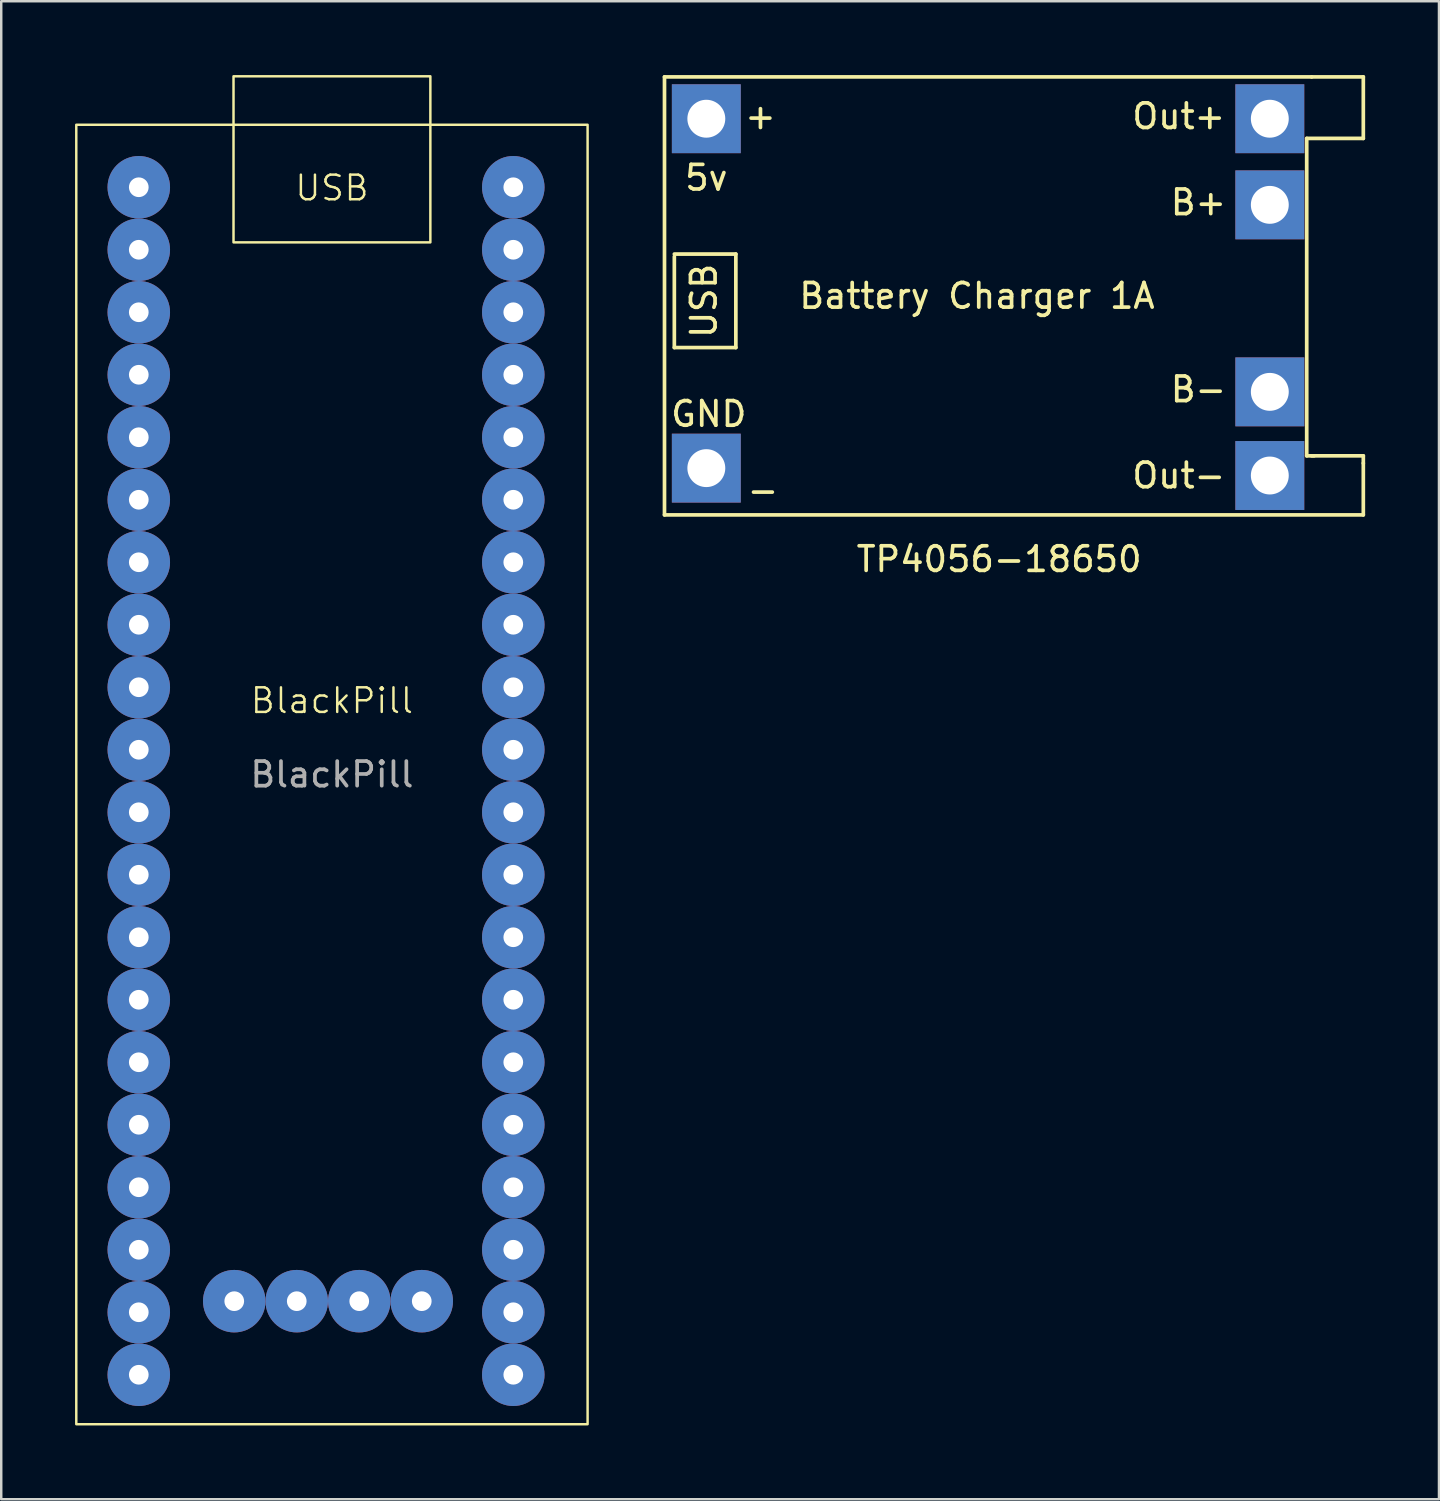
<source format=kicad_pcb>
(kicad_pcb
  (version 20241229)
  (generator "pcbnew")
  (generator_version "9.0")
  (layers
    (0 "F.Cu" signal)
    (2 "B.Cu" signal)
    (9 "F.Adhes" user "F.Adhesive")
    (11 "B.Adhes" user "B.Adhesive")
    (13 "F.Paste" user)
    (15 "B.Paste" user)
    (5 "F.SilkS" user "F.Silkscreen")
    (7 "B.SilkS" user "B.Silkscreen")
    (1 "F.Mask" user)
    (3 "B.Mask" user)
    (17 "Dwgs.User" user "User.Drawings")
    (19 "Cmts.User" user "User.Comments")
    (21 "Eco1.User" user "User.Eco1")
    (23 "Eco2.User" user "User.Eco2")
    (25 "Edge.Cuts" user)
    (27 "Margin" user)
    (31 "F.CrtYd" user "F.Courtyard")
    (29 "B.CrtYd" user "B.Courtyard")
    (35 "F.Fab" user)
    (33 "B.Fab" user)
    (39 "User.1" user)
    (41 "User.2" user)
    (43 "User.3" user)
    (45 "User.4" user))
  (footprint "TP4056-18650"
    (layer "F.Cu")
    (at 37.655 9.375)
    (property "Reference" "TP4056-18650" (at -0.1 10.3 0) (layer "F.SilkS") (effects (font (size 1 1) (thickness 0.15))))
    (attr through_hole)
    (fp_line (start -13.7 -9.3) (end 12.6 -9.3) (stroke (width 0.15) (type solid)) (layer "F.SilkS"))
    (fp_line (start -13.7 8.5) (end -13.7 -9.3) (stroke (width 0.15) (type solid)) (layer "F.SilkS"))
    (fp_line (start -13.3 -2.1) (end -10.8 -2.1) (stroke (width 0.15) (type solid)) (layer "F.SilkS"))
    (fp_line (start -13.3 1.7) (end -13.3 -2) (stroke (width 0.15) (type solid)) (layer "F.SilkS"))
    (fp_line (start -10.8 -2.1) (end -10.8 1.7) (stroke (width 0.15) (type solid)) (layer "F.SilkS"))
    (fp_line (start -10.8 1.7) (end -13.3 1.7) (stroke (width 0.15) (type solid)) (layer "F.SilkS"))
    (fp_line (start 12.4 -6.8) (end 12.4 6.1) (stroke (width 0.15) (type solid)) (layer "F.SilkS"))
    (fp_line (start 12.4 6.1) (end 12.7 6.1) (stroke (width 0.15) (type solid)) (layer "F.SilkS"))
    (fp_line (start 12.6 -9.3) (end 14.7 -9.3) (stroke (width 0.15) (type solid)) (layer "F.SilkS"))
    (fp_line (start 12.6 6.1) (end 14.7 6.1) (stroke (width 0.15) (type solid)) (layer "F.SilkS"))
    (fp_line (start 14.7 -9.3) (end 14.7 -6.8) (stroke (width 0.15) (type solid)) (layer "F.SilkS"))
    (fp_line (start 14.7 -6.8) (end 12.4 -6.8) (stroke (width 0.15) (type solid)) (layer "F.SilkS"))
    (fp_line (start 14.7 6.1) (end 14.7 6.4) (stroke (width 0.15) (type solid)) (layer "F.SilkS"))
    (fp_line (start 14.7 6.4) (end 14.7 8.5) (stroke (width 0.15) (type solid)) (layer "F.SilkS"))
    (fp_line (start 14.7 8.5) (end -13.7 8.5) (stroke (width 0.15) (type solid)) (layer "F.SilkS"))
    (fp_text user "USB" (at -12.1 -0.2 90) (layer "F.SilkS") (effects (font (size 1 1) (thickness 0.15))))
    (fp_text user "Out+" (at 7.2 -7.7 0) (layer "F.SilkS") (effects (font (size 1 1) (thickness 0.15))))
    (fp_text user "B+" (at 8 -4.2 0) (layer "F.SilkS") (effects (font (size 1 1) (thickness 0.15))))
    (fp_text user "+" (at -9.8 -7.7 0) (layer "F.SilkS") (effects (font (size 1 1) (thickness 0.15))))
    (fp_text user "Out-" (at 7.2 6.9 0) (layer "F.SilkS") (effects (font (size 1 1) (thickness 0.15))))
    (fp_text user "-" (at -9.7 7.5 0) (layer "F.SilkS") (effects (font (size 1 1) (thickness 0.15))))
    (fp_text user "5v" (at -12 -5.2 0) (layer "F.SilkS") (effects (font (size 1 1) (thickness 0.15))))
    (fp_text user "B-" (at 8 3.4 0) (layer "F.SilkS") (effects (font (size 1 1) (thickness 0.15))))
    (fp_text user "Battery Charger 1A" (at -1 -0.4 0) (layer "F.SilkS") (effects (font (size 1 1) (thickness 0.15))))
    (fp_text user "GND" (at -11.9 4.4 0) (layer "F.SilkS") (effects (font (size 1 1) (thickness 0.15))))
    (pad "1" thru_hole rect (at -12 -7.6) (size 2.8 2.8) (drill 1.54) (layers "*.Cu" "*.Mask"))
    (pad "2" thru_hole rect (at -12 6.6) (size 2.8 2.8) (drill 1.54) (layers "*.Cu" "*.Mask"))
    (pad "3" thru_hole rect (at 10.9 -7.6) (size 2.8 2.8) (drill 1.54) (layers "*.Cu" "*.Mask"))
    (pad "4" thru_hole rect (at 10.9 6.9) (size 2.8 2.8) (drill 1.54) (layers "*.Cu" "*.Mask"))
    (pad "5" thru_hole rect (at 10.9 -4.1) (size 2.8 2.8) (drill 1.54) (layers "*.Cu" "*.Mask"))
    (pad "6" thru_hole rect (at 10.9 3.5) (size 2.8 2.8) (drill 1.54) (layers "*.Cu" "*.Mask")))
  (footprint "BlackPill"
    (layer "F.Cu")
    (at 10.44 28.425)
    (property "Reference" "BlackPill" (at 0 -3 0) (unlocked yes) (layer "F.SilkS") (effects (font (size 1 1) (thickness 0.1))))
    (attr through_hole)
    (fp_rect (start -10.39 -26.405) (end 10.39 26.405) (stroke (width 0.1) (type solid)) (fill no) (layer "F.SilkS"))
    (fp_rect (start -4 -28.375) (end 4 -21.625) (stroke (width 0.1) (type default)) (fill no) (layer "F.SilkS"))
    (fp_text user "USB" (at 0 -23.25 0) (unlocked yes) (layer "F.SilkS") (effects (font (size 1 1) (thickness 0.1)) (justify bottom)))
    (fp_text user "${REFERENCE}" (at 0 0 0) (unlocked yes) (layer "F.Fab") (effects (font (size 1 1) (thickness 0.15))))
    (pad "1" thru_hole circle (at -7.85 -23.865) (size 2.54 2.54) (drill 0.8) (layers "*.Cu" "*.Mask"))
    (pad "2" thru_hole circle (at -7.85 -21.325) (size 2.54 2.54) (drill 0.8) (layers "*.Cu" "*.Mask"))
    (pad "3" thru_hole circle (at -7.85 -18.785) (size 2.54 2.54) (drill 0.8) (layers "*.Cu" "*.Mask"))
    (pad "4" thru_hole circle (at -7.85 -16.245) (size 2.54 2.54) (drill 0.8) (layers "*.Cu" "*.Mask"))
    (pad "5" thru_hole circle (at -7.85 -13.705) (size 2.54 2.54) (drill 0.8) (layers "*.Cu" "*.Mask"))
    (pad "6" thru_hole circle (at -7.85 -11.165) (size 2.54 2.54) (drill 0.8) (layers "*.Cu" "*.Mask"))
    (pad "7" thru_hole circle (at -7.85 -8.625) (size 2.54 2.54) (drill 0.8) (layers "*.Cu" "*.Mask"))
    (pad "8" thru_hole circle (at -7.85 -6.085) (size 2.54 2.54) (drill 0.8) (layers "*.Cu" "*.Mask"))
    (pad "9" thru_hole circle (at -7.85 -3.545) (size 2.54 2.54) (drill 0.8) (layers "*.Cu" "*.Mask"))
    (pad "10" thru_hole circle (at -7.85 -1.005) (size 2.54 2.54) (drill 0.8) (layers "*.Cu" "*.Mask"))
    (pad "11" thru_hole circle (at -7.85 1.535) (size 2.54 2.54) (drill 0.8) (layers "*.Cu" "*.Mask"))
    (pad "12" thru_hole circle (at -7.85 4.075) (size 2.54 2.54) (drill 0.8) (layers "*.Cu" "*.Mask"))
    (pad "13" thru_hole circle (at -7.85 6.615) (size 2.54 2.54) (drill 0.8) (layers "*.Cu" "*.Mask"))
    (pad "14" thru_hole circle (at -7.85 9.155) (size 2.54 2.54) (drill 0.8) (layers "*.Cu" "*.Mask"))
    (pad "15" thru_hole circle (at -7.85 11.695) (size 2.54 2.54) (drill 0.8) (layers "*.Cu" "*.Mask"))
    (pad "16" thru_hole circle (at -7.85 14.235) (size 2.54 2.54) (drill 0.8) (layers "*.Cu" "*.Mask"))
    (pad "17" thru_hole circle (at -7.85 16.775) (size 2.54 2.54) (drill 0.8) (layers "*.Cu" "*.Mask"))
    (pad "18" thru_hole circle (at -7.85 19.315) (size 2.54 2.54) (drill 0.8) (layers "*.Cu" "*.Mask"))
    (pad "19" thru_hole circle (at -7.85 21.855) (size 2.54 2.54) (drill 0.8) (layers "*.Cu" "*.Mask"))
    (pad "20" thru_hole circle (at -7.85 24.395) (size 2.54 2.54) (drill 0.8) (layers "*.Cu" "*.Mask"))
    (pad "21" thru_hole circle (at 7.37 -23.865) (size 2.54 2.54) (drill 0.8) (layers "*.Cu" "*.Mask"))
    (pad "22" thru_hole circle (at 7.37 -21.325) (size 2.54 2.54) (drill 0.8) (layers "*.Cu" "*.Mask"))
    (pad "23" thru_hole circle (at 7.37 -18.785) (size 2.54 2.54) (drill 0.8) (layers "*.Cu" "*.Mask"))
    (pad "24" thru_hole circle (at 7.37 -16.245) (size 2.54 2.54) (drill 0.8) (layers "*.Cu" "*.Mask"))
    (pad "25" thru_hole circle (at 7.37 -13.705) (size 2.54 2.54) (drill 0.8) (layers "*.Cu" "*.Mask"))
    (pad "26" thru_hole circle (at 7.37 -11.165) (size 2.54 2.54) (drill 0.8) (layers "*.Cu" "*.Mask"))
    (pad "27" thru_hole circle (at 7.37 -8.625) (size 2.54 2.54) (drill 0.8) (layers "*.Cu" "*.Mask"))
    (pad "28" thru_hole circle (at 7.37 -6.085) (size 2.54 2.54) (drill 0.8) (layers "*.Cu" "*.Mask"))
    (pad "29" thru_hole circle (at 7.37 -3.545) (size 2.54 2.54) (drill 0.8) (layers "*.Cu" "*.Mask"))
    (pad "30" thru_hole circle (at 7.37 -1.005) (size 2.54 2.54) (drill 0.8) (layers "*.Cu" "*.Mask"))
    (pad "31" thru_hole circle (at 7.37 1.535) (size 2.54 2.54) (drill 0.8) (layers "*.Cu" "*.Mask"))
    (pad "32" thru_hole circle (at 7.37 4.075) (size 2.54 2.54) (drill 0.8) (layers "*.Cu" "*.Mask"))
    (pad "33" thru_hole circle (at 7.37 6.615) (size 2.54 2.54) (drill 0.8) (layers "*.Cu" "*.Mask"))
    (pad "34" thru_hole circle (at 7.37 9.155) (size 2.54 2.54) (drill 0.8) (layers "*.Cu" "*.Mask"))
    (pad "35" thru_hole circle (at 7.37 11.695) (size 2.54 2.54) (drill 0.8) (layers "*.Cu" "*.Mask"))
    (pad "36" thru_hole circle (at 7.37 14.235) (size 2.54 2.54) (drill 0.8) (layers "*.Cu" "*.Mask"))
    (pad "37" thru_hole circle (at 7.37 16.775) (size 2.54 2.54) (drill 0.8) (layers "*.Cu" "*.Mask"))
    (pad "38" thru_hole circle (at 7.37 19.315) (size 2.54 2.54) (drill 0.8) (layers "*.Cu" "*.Mask"))
    (pad "39" thru_hole circle (at 7.37 21.855) (size 2.54 2.54) (drill 0.8) (layers "*.Cu" "*.Mask"))
    (pad "40" thru_hole circle (at 7.37 24.395) (size 2.54 2.54) (drill 0.8) (layers "*.Cu" "*.Mask"))
    (pad "41" thru_hole circle (at -3.97 21.405) (size 2.54 2.54) (drill 0.8) (layers "*.Cu" "*.Mask"))
    (pad "42" thru_hole circle (at -1.43 21.405) (size 2.54 2.54) (drill 0.8) (layers "*.Cu" "*.Mask"))
    (pad "43" thru_hole circle (at 1.11 21.405) (size 2.54 2.54) (drill 0.8) (layers "*.Cu" "*.Mask"))
    (pad "44" thru_hole circle (at 3.65 21.405) (size 2.54 2.54) (drill 0.8) (layers "*.Cu" "*.Mask")))
  (gr_rect
    (start -3 -3)
    (end 55.43 57.88)
    (stroke (width 0.1) (type default))
    (fill no)
    (layer "Edge.Cuts")))
</source>
